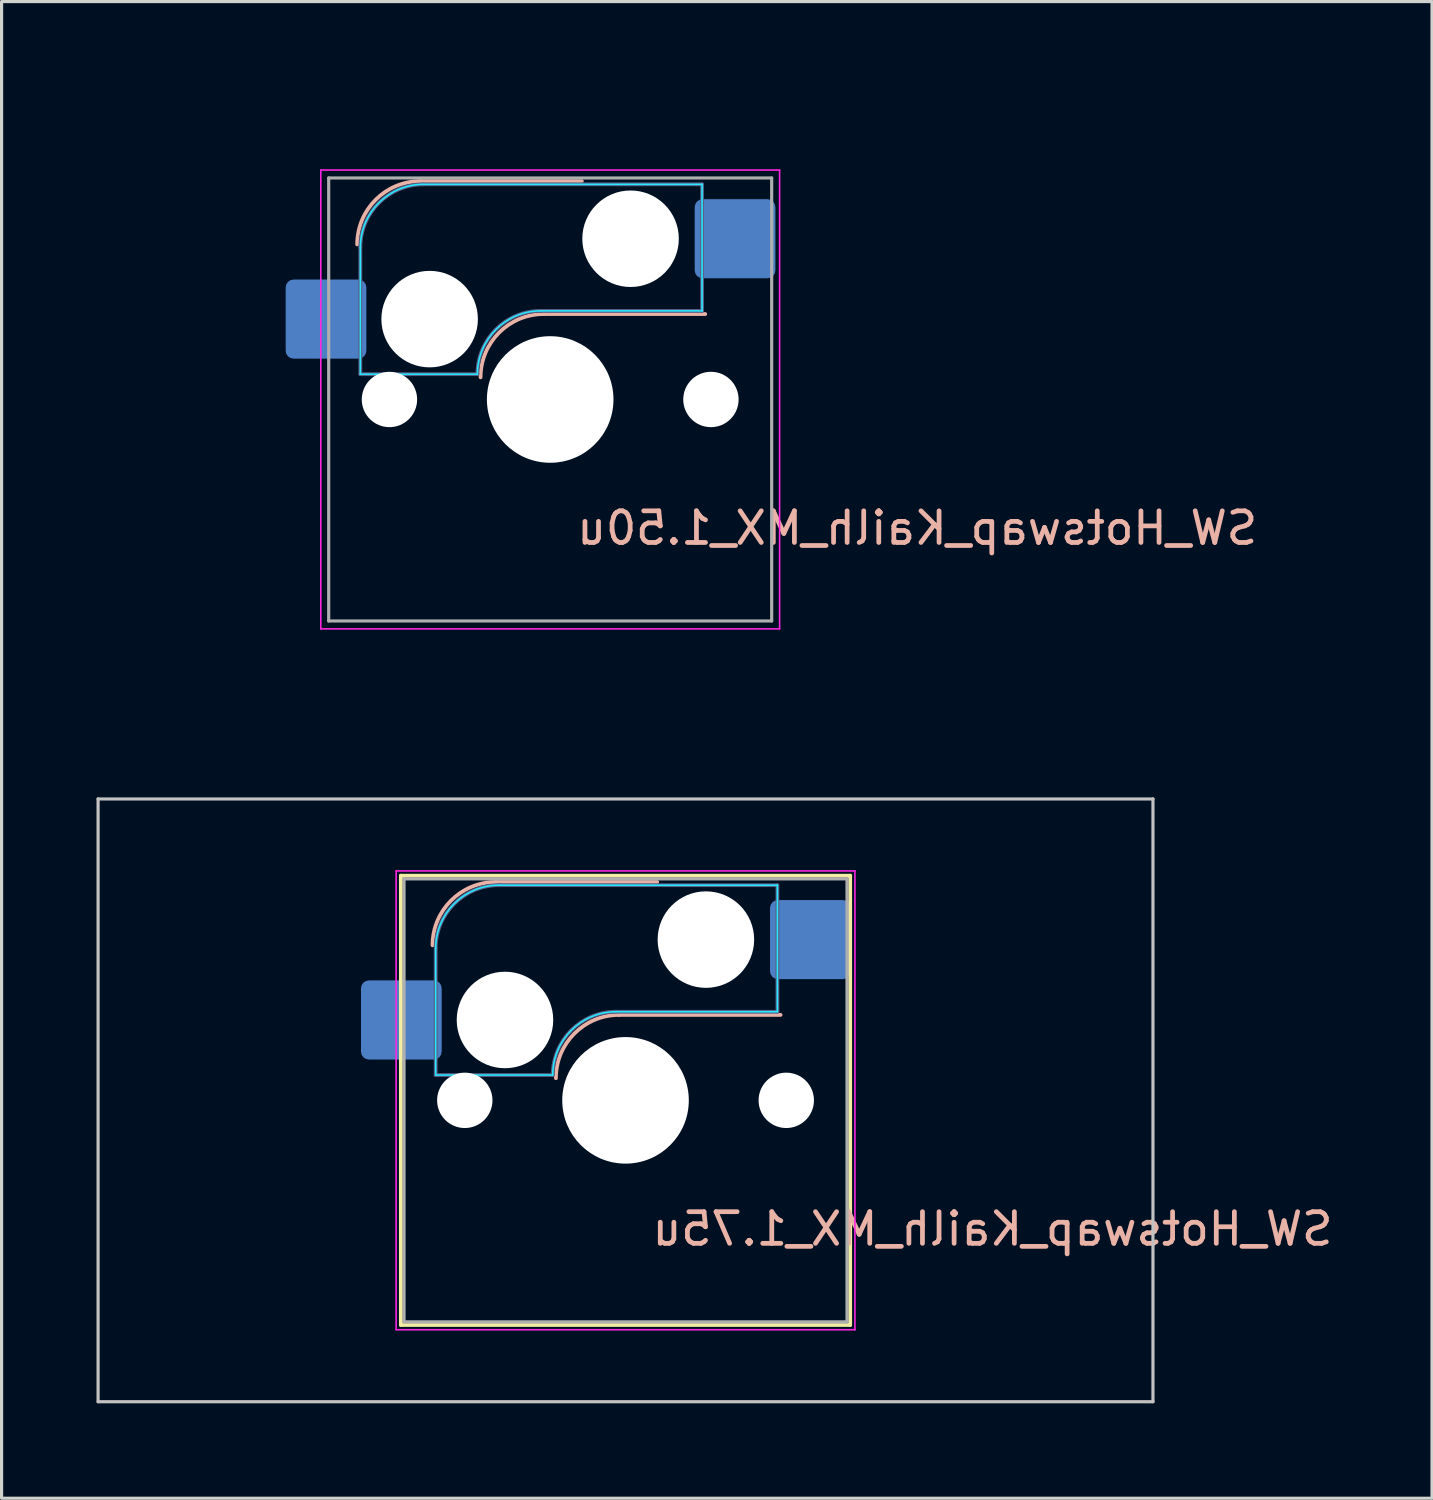
<source format=kicad_pcb>
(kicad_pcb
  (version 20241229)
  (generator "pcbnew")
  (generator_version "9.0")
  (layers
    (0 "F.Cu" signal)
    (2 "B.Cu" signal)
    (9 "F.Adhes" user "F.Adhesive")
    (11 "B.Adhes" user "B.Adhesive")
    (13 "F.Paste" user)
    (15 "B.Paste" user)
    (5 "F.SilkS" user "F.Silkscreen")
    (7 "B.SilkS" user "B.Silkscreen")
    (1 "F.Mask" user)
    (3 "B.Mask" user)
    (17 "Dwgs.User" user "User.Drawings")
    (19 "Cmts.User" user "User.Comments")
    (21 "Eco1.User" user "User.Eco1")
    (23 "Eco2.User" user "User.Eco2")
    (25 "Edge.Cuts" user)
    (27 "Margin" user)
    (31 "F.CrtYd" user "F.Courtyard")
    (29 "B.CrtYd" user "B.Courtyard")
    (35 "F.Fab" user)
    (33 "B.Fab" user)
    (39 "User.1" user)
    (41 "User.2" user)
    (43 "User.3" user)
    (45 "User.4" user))
  (footprint "SW_Hotswap_Kailh_MX_1.50u"
    (layer "F.Cu")
    (at 14.338 9.575)
    (property "Reference" "SW_Hotswap_Kailh_MX_1.50u" (at 0.762 4.064 0) (layer "B.SilkS") (effects (font (size 1 1) (thickness 0.15)) (justify right mirror)))
    (attr smd)
    (fp_line (start -4.1 -6.9) (end 1 -6.9) (stroke (width 0.12) (type solid)) (layer "B.SilkS"))
    (fp_line (start -0.2 -2.7) (end 4.9 -2.7) (stroke (width 0.12) (type solid)) (layer "B.SilkS"))
    (fp_arc (start -6.1 -4.9) (mid -5.514214 -6.314214) (end -4.1 -6.9) (stroke (width 0.12) (type solid)) (layer "B.SilkS"))
    (fp_arc (start -2.2 -0.7) (mid -1.614214 -2.114214) (end -0.2 -2.7) (stroke (width 0.12) (type solid)) (layer "B.SilkS"))
    (fp_line (start -7.8 -6) (end -7 -6) (stroke (width 0.1) (type solid)) (layer "Eco1.User"))
    (fp_line (start -7.8 -2.9) (end -7.8 -6) (stroke (width 0.1) (type solid)) (layer "Eco1.User"))
    (fp_line (start -7.8 2.9) (end -7 2.9) (stroke (width 0.1) (type solid)) (layer "Eco1.User"))
    (fp_line (start -7.8 6) (end -7.8 2.9) (stroke (width 0.1) (type solid)) (layer "Eco1.User"))
    (fp_line (start -7 -7) (end 7 -7) (stroke (width 0.1) (type solid)) (layer "Eco1.User"))
    (fp_line (start -7 -6) (end -7 -7) (stroke (width 0.1) (type solid)) (layer "Eco1.User"))
    (fp_line (start -7 -2.9) (end -7.8 -2.9) (stroke (width 0.1) (type solid)) (layer "Eco1.User"))
    (fp_line (start -7 2.9) (end -7 -2.9) (stroke (width 0.1) (type solid)) (layer "Eco1.User"))
    (fp_line (start -7 6) (end -7.8 6) (stroke (width 0.1) (type solid)) (layer "Eco1.User"))
    (fp_line (start -7 7) (end -7 6) (stroke (width 0.1) (type solid)) (layer "Eco1.User"))
    (fp_line (start 7 -7) (end 7 -6) (stroke (width 0.1) (type solid)) (layer "Eco1.User"))
    (fp_line (start 7 -6) (end 7.8 -6) (stroke (width 0.1) (type solid)) (layer "Eco1.User"))
    (fp_line (start 7 -2.9) (end 7 2.9) (stroke (width 0.1) (type solid)) (layer "Eco1.User"))
    (fp_line (start 7 2.9) (end 7.8 2.9) (stroke (width 0.1) (type solid)) (layer "Eco1.User"))
    (fp_line (start 7 6) (end 7 7) (stroke (width 0.1) (type solid)) (layer "Eco1.User"))
    (fp_line (start 7 7) (end -7 7) (stroke (width 0.1) (type solid)) (layer "Eco1.User"))
    (fp_line (start 7.8 -6) (end 7.8 -2.9) (stroke (width 0.1) (type solid)) (layer "Eco1.User"))
    (fp_line (start 7.8 -2.9) (end 7 -2.9) (stroke (width 0.1) (type solid)) (layer "Eco1.User"))
    (fp_line (start 7.8 2.9) (end 7.8 6) (stroke (width 0.1) (type solid)) (layer "Eco1.User"))
    (fp_line (start 7.8 6) (end 7 6) (stroke (width 0.1) (type solid)) (layer "Eco1.User"))
    (fp_line (start -14.287 -9.525) (end -14.287 9.525) (stroke (width 0.1) (type solid)) (layer "Eco2.User"))
    (fp_line (start -14.287 9.525) (end 14.287 9.525) (stroke (width 0.1) (type solid)) (layer "Eco2.User"))
    (fp_line (start 14.287 -9.525) (end -14.287 -9.525) (stroke (width 0.1) (type solid)) (layer "Eco2.User"))
    (fp_line (start 14.287 9.525) (end 14.287 -9.525) (stroke (width 0.1) (type solid)) (layer "Eco2.User"))
    (fp_line (start -6 -0.8) (end -6 -4.8) (stroke (width 0.05) (type solid)) (layer "B.CrtYd"))
    (fp_line (start -6 -0.8) (end -2.3 -0.8) (stroke (width 0.05) (type solid)) (layer "B.CrtYd"))
    (fp_line (start -4 -6.8) (end 4.8 -6.8) (stroke (width 0.05) (type solid)) (layer "B.CrtYd"))
    (fp_line (start -0.3 -2.8) (end 4.8 -2.8) (stroke (width 0.05) (type solid)) (layer "B.CrtYd"))
    (fp_line (start 4.8 -6.8) (end 4.8 -2.8) (stroke (width 0.05) (type solid)) (layer "B.CrtYd"))
    (fp_arc (start -6 -4.8) (mid -5.414214 -6.214214) (end -4 -6.8) (stroke (width 0.05) (type solid)) (layer "B.CrtYd"))
    (fp_arc (start -2.3 -0.8) (mid -1.714214 -2.214214) (end -0.3 -2.8) (stroke (width 0.05) (type solid)) (layer "B.CrtYd"))
    (fp_line (start -7.25 -7.25) (end -7.25 7.25) (stroke (width 0.05) (type solid)) (layer "F.CrtYd"))
    (fp_line (start -7.25 7.25) (end 7.25 7.25) (stroke (width 0.05) (type solid)) (layer "F.CrtYd"))
    (fp_line (start 7.25 -7.25) (end -7.25 -7.25) (stroke (width 0.05) (type solid)) (layer "F.CrtYd"))
    (fp_line (start 7.25 7.25) (end 7.25 -7.25) (stroke (width 0.05) (type solid)) (layer "F.CrtYd"))
    (fp_line (start -6 -0.8) (end -6 -4.8) (stroke (width 0.12) (type solid)) (layer "B.Fab"))
    (fp_line (start -6 -0.8) (end -2.3 -0.8) (stroke (width 0.12) (type solid)) (layer "B.Fab"))
    (fp_line (start -4 -6.8) (end 4.8 -6.8) (stroke (width 0.12) (type solid)) (layer "B.Fab"))
    (fp_line (start -0.3 -2.8) (end 4.8 -2.8) (stroke (width 0.12) (type solid)) (layer "B.Fab"))
    (fp_line (start 4.8 -6.8) (end 4.8 -2.8) (stroke (width 0.12) (type solid)) (layer "B.Fab"))
    (fp_arc (start -6 -4.8) (mid -5.414214 -6.214214) (end -4 -6.8) (stroke (width 0.12) (type solid)) (layer "B.Fab"))
    (fp_arc (start -2.3 -0.8) (mid -1.714214 -2.214214) (end -0.3 -2.8) (stroke (width 0.12) (type solid)) (layer "B.Fab"))
    (fp_line (start -7 -7) (end -7 7) (stroke (width 0.1) (type solid)) (layer "F.Fab"))
    (fp_line (start -7 7) (end 7 7) (stroke (width 0.1) (type solid)) (layer "F.Fab"))
    (fp_line (start 7 -7) (end -7 -7) (stroke (width 0.1) (type solid)) (layer "F.Fab"))
    (fp_line (start 7 7) (end 7 -7) (stroke (width 0.1) (type solid)) (layer "F.Fab"))
    (pad "" np_thru_hole circle (at -5.08 0) (size 1.75 1.75) (drill 1.75) (layers "*.Cu" "*.Mask"))
    (pad "" np_thru_hole circle (at -3.81 -2.54) (size 3.05 3.05) (drill 3.05) (layers "*.Cu" "*.Mask"))
    (pad "" np_thru_hole circle (at 0 0) (size 4 4) (drill 4) (layers "*.Cu" "*.Mask"))
    (pad "" np_thru_hole circle (at 2.54 -5.08) (size 3.05 3.05) (drill 3.05) (layers "*.Cu" "*.Mask"))
    (pad "" np_thru_hole circle (at 5.08 0) (size 1.75 1.75) (drill 1.75) (layers "*.Cu" "*.Mask"))
    (pad "1" smd roundrect (at -7.085 -2.54) (size 2.55 2.5) (layers "B.Cu" "B.Mask" "B.Paste") (roundrect_rratio 0.1))
    (pad "2" smd roundrect (at 5.842 -5.08) (size 2.55 2.5) (layers "B.Cu" "B.Mask" "B.Paste") (roundrect_rratio 0.1)))
  (footprint "SW_Hotswap_Kailh_MX_1.75u"
    (layer "F.Cu")
    (at 16.719 31.725)
    (property "Reference" "SW_Hotswap_Kailh_MX_1.75u" (at 0.762 4.064 0) (layer "B.SilkS") (effects (font (size 1 1) (thickness 0.15)) (justify right mirror)))
    (attr smd)
    (fp_line (start -7.1 -7.1) (end -7.1 7.1) (stroke (width 0.12) (type solid)) (layer "F.SilkS"))
    (fp_line (start -7.1 7.1) (end 7.1 7.1) (stroke (width 0.12) (type solid)) (layer "F.SilkS"))
    (fp_line (start 7.1 -7.1) (end -7.1 -7.1) (stroke (width 0.12) (type solid)) (layer "F.SilkS"))
    (fp_line (start 7.1 7.1) (end 7.1 -7.1) (stroke (width 0.12) (type solid)) (layer "F.SilkS"))
    (fp_line (start -4.1 -6.9) (end 1 -6.9) (stroke (width 0.12) (type solid)) (layer "B.SilkS"))
    (fp_line (start -0.2 -2.7) (end 4.9 -2.7) (stroke (width 0.12) (type solid)) (layer "B.SilkS"))
    (fp_arc (start -6.1 -4.9) (mid -5.514214 -6.314214) (end -4.1 -6.9) (stroke (width 0.12) (type solid)) (layer "B.SilkS"))
    (fp_arc (start -2.2 -0.7) (mid -1.614214 -2.114214) (end -0.2 -2.7) (stroke (width 0.12) (type solid)) (layer "B.SilkS"))
    (fp_line (start -16.669 -9.525) (end -16.669 9.525) (stroke (width 0.1) (type solid)) (layer "Dwgs.User"))
    (fp_line (start -16.669 9.525) (end 16.669 9.525) (stroke (width 0.1) (type solid)) (layer "Dwgs.User"))
    (fp_line (start 16.669 -9.525) (end -16.669 -9.525) (stroke (width 0.1) (type solid)) (layer "Dwgs.User"))
    (fp_line (start 16.669 9.525) (end 16.669 -9.525) (stroke (width 0.1) (type solid)) (layer "Dwgs.User"))
    (fp_line (start -7.8 -6) (end -7 -6) (stroke (width 0.1) (type solid)) (layer "Eco1.User"))
    (fp_line (start -7.8 -2.9) (end -7.8 -6) (stroke (width 0.1) (type solid)) (layer "Eco1.User"))
    (fp_line (start -7.8 2.9) (end -7 2.9) (stroke (width 0.1) (type solid)) (layer "Eco1.User"))
    (fp_line (start -7.8 6) (end -7.8 2.9) (stroke (width 0.1) (type solid)) (layer "Eco1.User"))
    (fp_line (start -7 -7) (end 7 -7) (stroke (width 0.1) (type solid)) (layer "Eco1.User"))
    (fp_line (start -7 -6) (end -7 -7) (stroke (width 0.1) (type solid)) (layer "Eco1.User"))
    (fp_line (start -7 -2.9) (end -7.8 -2.9) (stroke (width 0.1) (type solid)) (layer "Eco1.User"))
    (fp_line (start -7 2.9) (end -7 -2.9) (stroke (width 0.1) (type solid)) (layer "Eco1.User"))
    (fp_line (start -7 6) (end -7.8 6) (stroke (width 0.1) (type solid)) (layer "Eco1.User"))
    (fp_line (start -7 7) (end -7 6) (stroke (width 0.1) (type solid)) (layer "Eco1.User"))
    (fp_line (start 7 -7) (end 7 -6) (stroke (width 0.1) (type solid)) (layer "Eco1.User"))
    (fp_line (start 7 -6) (end 7.8 -6) (stroke (width 0.1) (type solid)) (layer "Eco1.User"))
    (fp_line (start 7 -2.9) (end 7 2.9) (stroke (width 0.1) (type solid)) (layer "Eco1.User"))
    (fp_line (start 7 2.9) (end 7.8 2.9) (stroke (width 0.1) (type solid)) (layer "Eco1.User"))
    (fp_line (start 7 6) (end 7 7) (stroke (width 0.1) (type solid)) (layer "Eco1.User"))
    (fp_line (start 7 7) (end -7 7) (stroke (width 0.1) (type solid)) (layer "Eco1.User"))
    (fp_line (start 7.8 -6) (end 7.8 -2.9) (stroke (width 0.1) (type solid)) (layer "Eco1.User"))
    (fp_line (start 7.8 -2.9) (end 7 -2.9) (stroke (width 0.1) (type solid)) (layer "Eco1.User"))
    (fp_line (start 7.8 2.9) (end 7.8 6) (stroke (width 0.1) (type solid)) (layer "Eco1.User"))
    (fp_line (start 7.8 6) (end 7 6) (stroke (width 0.1) (type solid)) (layer "Eco1.User"))
    (fp_line (start -6 -0.8) (end -6 -4.8) (stroke (width 0.05) (type solid)) (layer "B.CrtYd"))
    (fp_line (start -6 -0.8) (end -2.3 -0.8) (stroke (width 0.05) (type solid)) (layer "B.CrtYd"))
    (fp_line (start -4 -6.8) (end 4.8 -6.8) (stroke (width 0.05) (type solid)) (layer "B.CrtYd"))
    (fp_line (start -0.3 -2.8) (end 4.8 -2.8) (stroke (width 0.05) (type solid)) (layer "B.CrtYd"))
    (fp_line (start 4.8 -6.8) (end 4.8 -2.8) (stroke (width 0.05) (type solid)) (layer "B.CrtYd"))
    (fp_arc (start -6 -4.8) (mid -5.414214 -6.214214) (end -4 -6.8) (stroke (width 0.05) (type solid)) (layer "B.CrtYd"))
    (fp_arc (start -2.3 -0.8) (mid -1.714214 -2.214214) (end -0.3 -2.8) (stroke (width 0.05) (type solid)) (layer "B.CrtYd"))
    (fp_line (start -7.25 -7.25) (end -7.25 7.25) (stroke (width 0.05) (type solid)) (layer "F.CrtYd"))
    (fp_line (start -7.25 7.25) (end 7.25 7.25) (stroke (width 0.05) (type solid)) (layer "F.CrtYd"))
    (fp_line (start 7.25 -7.25) (end -7.25 -7.25) (stroke (width 0.05) (type solid)) (layer "F.CrtYd"))
    (fp_line (start 7.25 7.25) (end 7.25 -7.25) (stroke (width 0.05) (type solid)) (layer "F.CrtYd"))
    (fp_line (start -6 -0.8) (end -6 -4.8) (stroke (width 0.12) (type solid)) (layer "B.Fab"))
    (fp_line (start -6 -0.8) (end -2.3 -0.8) (stroke (width 0.12) (type solid)) (layer "B.Fab"))
    (fp_line (start -4 -6.8) (end 4.8 -6.8) (stroke (width 0.12) (type solid)) (layer "B.Fab"))
    (fp_line (start -0.3 -2.8) (end 4.8 -2.8) (stroke (width 0.12) (type solid)) (layer "B.Fab"))
    (fp_line (start 4.8 -6.8) (end 4.8 -2.8) (stroke (width 0.12) (type solid)) (layer "B.Fab"))
    (fp_arc (start -6 -4.8) (mid -5.414214 -6.214214) (end -4 -6.8) (stroke (width 0.12) (type solid)) (layer "B.Fab"))
    (fp_arc (start -2.3 -0.8) (mid -1.714214 -2.214214) (end -0.3 -2.8) (stroke (width 0.12) (type solid)) (layer "B.Fab"))
    (fp_line (start -7 -7) (end -7 7) (stroke (width 0.1) (type solid)) (layer "F.Fab"))
    (fp_line (start -7 7) (end 7 7) (stroke (width 0.1) (type solid)) (layer "F.Fab"))
    (fp_line (start 7 -7) (end -7 -7) (stroke (width 0.1) (type solid)) (layer "F.Fab"))
    (fp_line (start 7 7) (end 7 -7) (stroke (width 0.1) (type solid)) (layer "F.Fab"))
    (pad "" np_thru_hole circle (at -5.08 0) (size 1.75 1.75) (drill 1.75) (layers "*.Cu" "*.Mask"))
    (pad "" np_thru_hole circle (at -3.81 -2.54) (size 3.05 3.05) (drill 3.05) (layers "*.Cu" "*.Mask"))
    (pad "" np_thru_hole circle (at 0 0) (size 4 4) (drill 4) (layers "*.Cu" "*.Mask"))
    (pad "" np_thru_hole circle (at 2.54 -5.08) (size 3.05 3.05) (drill 3.05) (layers "*.Cu" "*.Mask"))
    (pad "" np_thru_hole circle (at 5.08 0) (size 1.75 1.75) (drill 1.75) (layers "*.Cu" "*.Mask"))
    (pad "1" smd roundrect (at -7.085 -2.54) (size 2.55 2.5) (layers "B.Cu" "B.Mask" "B.Paste") (roundrect_rratio 0.1))
    (pad "2" smd roundrect (at 5.842 -5.08) (size 2.55 2.5) (layers "B.Cu" "B.Mask" "B.Paste") (roundrect_rratio 0.1)))
  (gr_rect
    (start -3 -3)
    (end 42.207 44.3)
    (stroke (width 0.1) (type default))
    (fill no)
    (layer "Edge.Cuts")))
</source>
